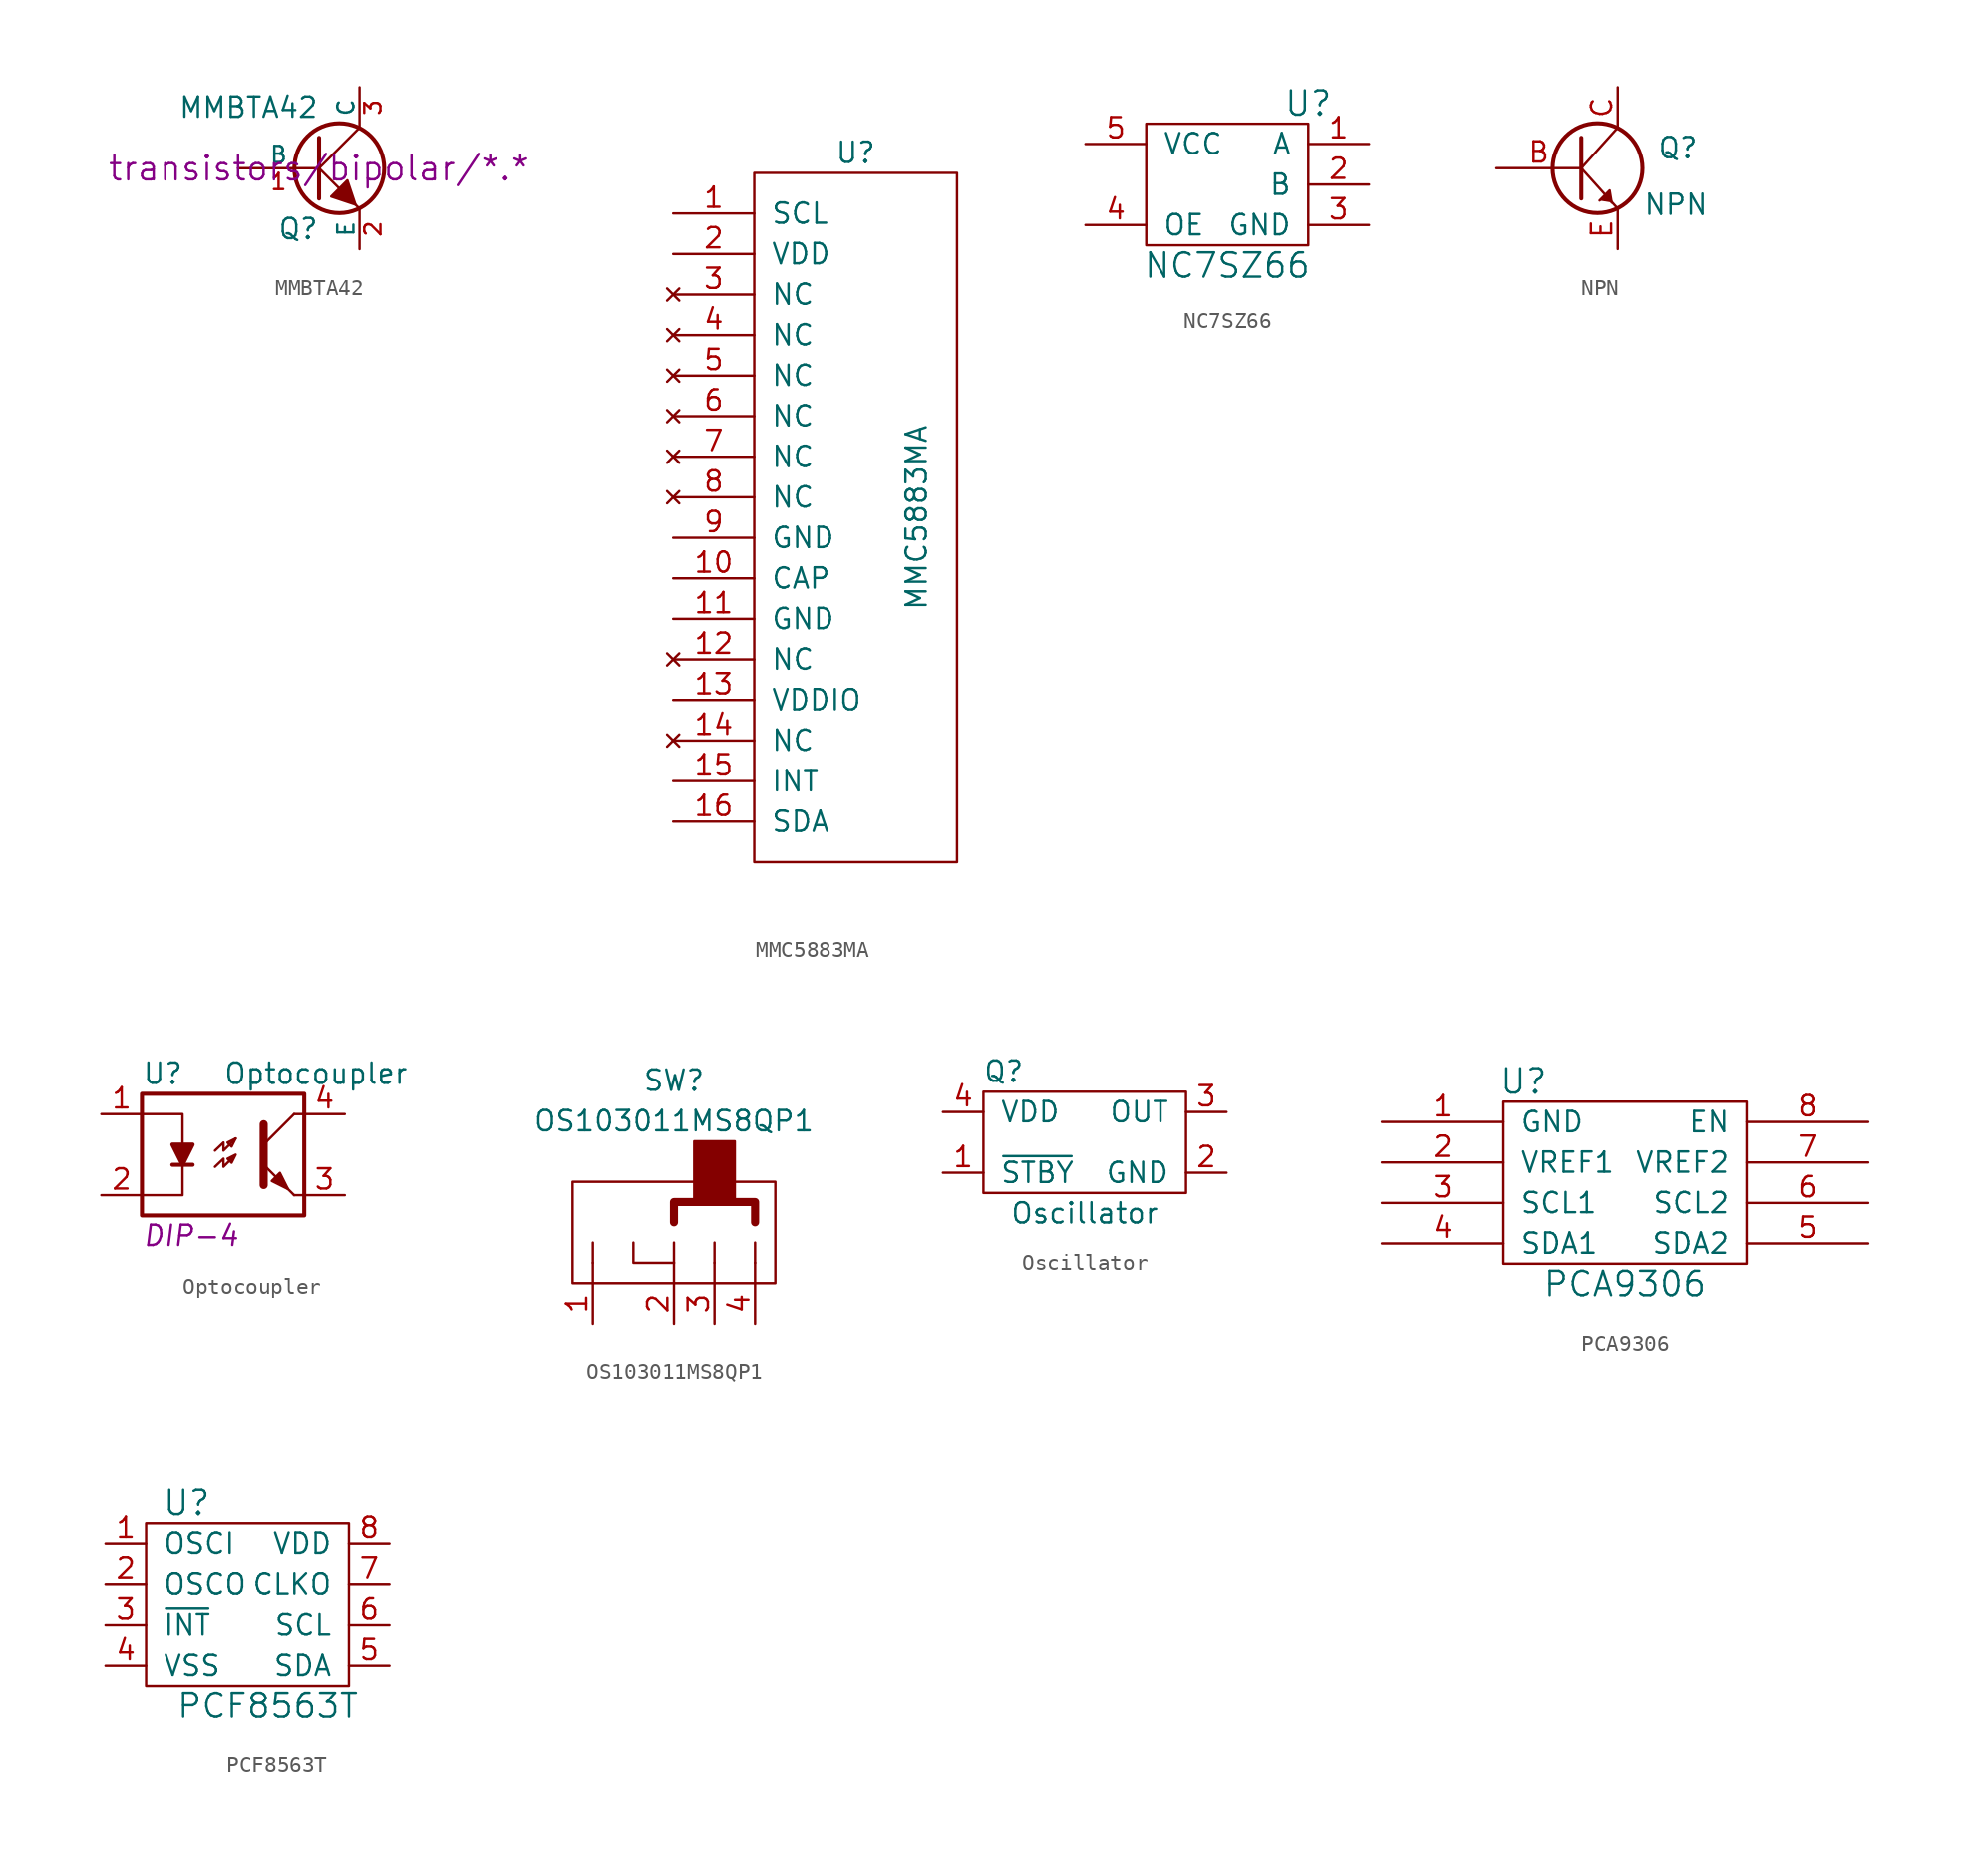
<source format=kicad_sym>
(kicad_symbol_lib
  (version 20211014)
  (generator kicad_symbol_editor)
  (symbol "MMBTA42"
    (pin_names
      (offset 0))
    (property "Reference" "Q"
      (at 0 -3.81 0)
      (effects (font (size 1.27 1.27)) (justify right)))
    (property "Value" "MMBTA42"
      (at 0 3.81 0)
      (effects (font (size 1.27 1.27)) (justify right)))
    (property "Footprint" ""
      (at 0 0 0)
      (effects (font (size 1.524 1.524))))
    (property "Datasheet" "transistors/bipolar/*.*"
      (at 0 0 0)
      (effects (font (size 1.524 1.524))))
    (symbol "MMBTA42_0_1"
      (polyline (pts (xy 0 0) (xy 2.54 2.54)) (stroke (width 0) (type default) (color 0 0 0 0)) (fill (type none)))
      (polyline (pts (xy 0 1.905) (xy 0 -1.905) (xy 0 -1.905)) (stroke (width 0.254) (type default) (color 0 0 0 0)) (fill (type none)))
      (polyline (pts (xy 1.27 -1.27) (xy 0 0) (xy 0 0)) (stroke (width 0) (type default) (color 0 0 0 0)) (fill (type none)))
      (polyline (pts (xy 2.286 -2.286) (xy 2.54 -2.54) (xy 2.54 -2.54)) (stroke (width 0) (type default) (color 0 0 0 0)) (fill (type none)))
      (polyline (pts (xy 2.286 -2.286) (xy 1.778 -0.762) (xy 0.762 -1.778) (xy 2.286 -2.286) (xy 2.286 -2.286)) (stroke (width 0) (type default) (color 0 0 0 0)) (fill (type outline)))
      (circle (center 1.27 0) (radius 2.819) (stroke (width 0.254) (type default) (color 0 0 0 0)) (fill (type none))))
    (symbol "MMBTA42_1_1"
      (pin input line (at -5.08 0 0) (length 5.08) (name "B" (effects (font (size 1.016 1.016)))) (number "1" (effects (font (size 1.016 1.016)))))
      (pin passive line (at 2.54 -5.08 90) (length 2.54) (name "E" (effects (font (size 1.016 1.016)))) (number "2" (effects (font (size 1.016 1.016)))))
      (pin passive line (at 2.54 5.08 270) (length 2.54) (name "C" (effects (font (size 1.016 1.016)))) (number "3" (effects (font (size 1.016 1.016)))))))
  (symbol "MMC5883MA"
    (pin_names
      (offset 1.016))
    (property "Reference" "U"
      (at 1.27 22.86 0)
      (effects (font (size 1.27 1.27))))
    (property "Value" "MMC5883MA"
      (at 5.08 0 90)
      (effects (font (size 1.27 1.27))))
    (symbol "MMC5883MA_0_1"
      (rectangle (start -5.08 21.59) (end 7.62 -21.59) (stroke (width 0) (type default) (color 0 0 0 0)) (fill (type none))))
    (symbol "MMC5883MA_1_1"
      (pin input line (at -10.16 19.05 0) (length 5.08) (name "SCL" (effects (font (size 1.27 1.27)))) (number "1" (effects (font (size 1.27 1.27)))))
      (pin input line (at -10.16 -3.81 0) (length 5.08) (name "CAP" (effects (font (size 1.27 1.27)))) (number "10" (effects (font (size 1.27 1.27)))))
      (pin input line (at -10.16 -6.35 0) (length 5.08) (name "GND" (effects (font (size 1.27 1.27)))) (number "11" (effects (font (size 1.27 1.27)))))
      (pin no_connect line (at -10.16 -8.89 0) (length 5.08) (name "NC" (effects (font (size 1.27 1.27)))) (number "12" (effects (font (size 1.27 1.27)))))
      (pin input line (at -10.16 -11.43 0) (length 5.08) (name "VDDIO" (effects (font (size 1.27 1.27)))) (number "13" (effects (font (size 1.27 1.27)))))
      (pin no_connect line (at -10.16 -13.97 0) (length 5.08) (name "NC" (effects (font (size 1.27 1.27)))) (number "14" (effects (font (size 1.27 1.27)))))
      (pin input line (at -10.16 -16.51 0) (length 5.08) (name "INT" (effects (font (size 1.27 1.27)))) (number "15" (effects (font (size 1.27 1.27)))))
      (pin input line (at -10.16 -19.05 0) (length 5.08) (name "SDA" (effects (font (size 1.27 1.27)))) (number "16" (effects (font (size 1.27 1.27)))))
      (pin input line (at -10.16 16.51 0) (length 5.08) (name "VDD" (effects (font (size 1.27 1.27)))) (number "2" (effects (font (size 1.27 1.27)))))
      (pin no_connect line (at -10.16 13.97 0) (length 5.08) (name "NC" (effects (font (size 1.27 1.27)))) (number "3" (effects (font (size 1.27 1.27)))))
      (pin no_connect line (at -10.16 11.43 0) (length 5.08) (name "NC" (effects (font (size 1.27 1.27)))) (number "4" (effects (font (size 1.27 1.27)))))
      (pin no_connect line (at -10.16 8.89 0) (length 5.08) (name "NC" (effects (font (size 1.27 1.27)))) (number "5" (effects (font (size 1.27 1.27)))))
      (pin no_connect line (at -10.16 6.35 0) (length 5.08) (name "NC" (effects (font (size 1.27 1.27)))) (number "6" (effects (font (size 1.27 1.27)))))
      (pin no_connect line (at -10.16 3.81 0) (length 5.08) (name "NC" (effects (font (size 1.27 1.27)))) (number "7" (effects (font (size 1.27 1.27)))))
      (pin no_connect line (at -10.16 1.27 0) (length 5.08) (name "NC" (effects (font (size 1.27 1.27)))) (number "8" (effects (font (size 1.27 1.27)))))
      (pin input line (at -10.16 -1.27 0) (length 5.08) (name "GND" (effects (font (size 1.27 1.27)))) (number "9" (effects (font (size 1.27 1.27)))))))
  (symbol "NC7SZ66"
    (pin_names
      (offset 1.016))
    (property "Reference" "U"
      (at 5.08 5.08 0)
      (effects (font (size 1.524 1.524))))
    (property "Value" "NC7SZ66"
      (at 0 -5.08 0)
      (effects (font (size 1.524 1.524))))
    (property "Footprint" ""
      (at 0 0 0)
      (effects (font (size 1.524 1.524))))
    (property "Datasheet" ""
      (at 0 0 0)
      (effects (font (size 1.524 1.524))))
    (symbol "NC7SZ66_0_1"
      (rectangle (start -5.08 3.81) (end 5.08 -3.81) (stroke (width 0) (type default) (color 0 0 0 0)) (fill (type none))))
    (symbol "NC7SZ66_1_1"
      (pin passive line (at 8.89 2.54 180) (length 3.81) (name "A" (effects (font (size 1.27 1.27)))) (number "1" (effects (font (size 1.27 1.27)))))
      (pin passive line (at 8.89 0 180) (length 3.81) (name "B" (effects (font (size 1.27 1.27)))) (number "2" (effects (font (size 1.27 1.27)))))
      (pin passive line (at 8.89 -2.54 180) (length 3.81) (name "GND" (effects (font (size 1.27 1.27)))) (number "3" (effects (font (size 1.27 1.27)))))
      (pin passive line (at -8.89 -2.54 0) (length 3.81) (name "OE" (effects (font (size 1.27 1.27)))) (number "4" (effects (font (size 1.27 1.27)))))
      (pin passive line (at -8.89 2.54 0) (length 3.81) (name "VCC" (effects (font (size 1.27 1.27)))) (number "5" (effects (font (size 1.27 1.27)))))))
  (symbol "NPN"
    (pin_names
      (offset 0) hide)
    (property "Reference" "Q"
      (at 7.62 1.27 0)
      (effects (font (size 1.27 1.27)) (justify right)))
    (property "Value" "NPN"
      (at 8.255 -2.286 0)
      (effects (font (size 1.27 1.27)) (justify right)))
    (property "Footprint" ""
      (at 5.08 2.54 0)
      (effects (font (size 1.27 1.27))))
    (property "Datasheet" ""
      (at 0 0 0)
      (effects (font (size 1.27 1.27))))
    (symbol "NPN_0_1"
      (polyline (pts (xy 0.254 0) (xy 2.54 -2.54)) (stroke (width 0) (type default) (color 0 0 0 0)) (fill (type none)))
      (polyline (pts (xy 0.254 0) (xy 2.54 2.54)) (stroke (width 0) (type default) (color 0 0 0 0)) (fill (type none)))
      (polyline (pts (xy 0.254 1.905) (xy 0.254 -1.905) (xy 0.254 -1.905)) (stroke (width 0.254) (type default) (color 0 0 0 0)) (fill (type none)))
      (polyline (pts (xy 1.397 -2.032) (xy 2.032 -1.397) (xy 2.159 -2.159)) (stroke (width 0) (type default) (color 0 0 0 0)) (fill (type outline)))
      (circle (center 1.27 0) (radius 2.819) (stroke (width 0.254) (type default) (color 0 0 0 0)) (fill (type none))))
    (symbol "NPN_1_1"
      (pin input line (at -5.08 0 0) (length 5.334) (name "B" (effects (font (size 1.27 1.27)))) (number "B" (effects (font (size 1.27 1.27)))))
      (pin passive line (at 2.54 5.08 270) (length 2.54) (name "C" (effects (font (size 1.27 1.27)))) (number "C" (effects (font (size 1.27 1.27)))))
      (pin passive line (at 2.54 -5.08 90) (length 2.54) (name "E" (effects (font (size 1.27 1.27)))) (number "E" (effects (font (size 1.27 1.27)))))))
  (symbol "Optocoupler"
    (pin_names
      (offset 1.016))
    (property "Reference" "U"
      (at -5.08 5.08 0)
      (effects (font (size 1.27 1.27)) (justify left)))
    (property "Value" "Optocoupler"
      (at 0 5.08 0)
      (effects (font (size 1.27 1.27)) (justify left)))
    (property "Footprint" "DIP-4"
      (at -5.08 -5.08 0)
      (effects (font (size 1.27 1.27) italic) (justify left)))
    (property "Datasheet" ""
      (at 0 0 0)
      (effects (font (size 1.27 1.27)) (justify left)))
    (symbol "Optocoupler_0_1"
      (rectangle (start -5.08 3.81) (end 5.08 -3.81) (stroke (width 0.254) (type default) (color 0 0 0 0)) (fill (type none)))
      (polyline (pts (xy -3.175 -0.635) (xy -1.905 -0.635)) (stroke (width 0.254) (type default) (color 0 0 0 0)) (fill (type none)))
      (polyline (pts (xy 2.54 0.635) (xy 4.445 2.54)) (stroke (width 0) (type default) (color 0 0 0 0)) (fill (type none)))
      (polyline (pts (xy 4.445 -2.54) (xy 2.54 -0.635)) (stroke (width 0) (type default) (color 0 0 0 0)) (fill (type outline)))
      (polyline (pts (xy 4.445 -2.54) (xy 5.08 -2.54)) (stroke (width 0) (type default) (color 0 0 0 0)) (fill (type none)))
      (polyline (pts (xy 4.445 2.54) (xy 5.08 2.54)) (stroke (width 0) (type default) (color 0 0 0 0)) (fill (type none)))
      (polyline (pts (xy -5.08 2.54) (xy -2.54 2.54) (xy -2.54 0.635)) (stroke (width 0) (type default) (color 0 0 0 0)) (fill (type none)))
      (polyline (pts (xy -2.54 -0.635) (xy -2.54 -2.54) (xy -5.08 -2.54)) (stroke (width 0) (type default) (color 0 0 0 0)) (fill (type none)))
      (polyline (pts (xy 2.54 1.905) (xy 2.54 -1.905) (xy 2.54 -1.905)) (stroke (width 0.508) (type default) (color 0 0 0 0)) (fill (type none)))
      (polyline (pts (xy -2.54 -0.635) (xy -3.175 0.635) (xy -1.905 0.635) (xy -2.54 -0.635)) (stroke (width 0.254) (type default) (color 0 0 0 0)) (fill (type outline)))
      (polyline (pts (xy -0.508 0.254) (xy 0.025 0.762) (xy 0.025 0.254) (xy 0.787 1.016)) (stroke (width 0) (type default) (color 0 0 0 0)) (fill (type none)))
      (polyline (pts (xy 0.787 1.016) (xy 0.279 0.762) (xy 0.533 0.508) (xy 0.787 1.016)) (stroke (width 0) (type default) (color 0 0 0 0)) (fill (type none)))
      (polyline (pts (xy 3.048 -1.651) (xy 3.556 -1.143) (xy 4.064 -2.159) (xy 3.048 -1.651) (xy 3.048 -1.651)) (stroke (width 0) (type default) (color 0 0 0 0)) (fill (type outline)))
      (polyline (pts (xy -0.508 -0.762) (xy 0.025 -0.254) (xy 0.025 -0.762) (xy 0.787 0) (xy 0.279 -0.254) (xy 0.533 -0.508) (xy 0.787 0)) (stroke (width 0) (type default) (color 0 0 0 0)) (fill (type none))))
    (symbol "Optocoupler_1_1"
      (pin passive line (at -7.62 2.54 0) (length 2.54) (name "~" (effects (font (size 1.27 1.27)))) (number "1" (effects (font (size 1.27 1.27)))))
      (pin passive line (at -7.62 -2.54 0) (length 2.54) (name "~" (effects (font (size 1.27 1.27)))) (number "2" (effects (font (size 1.27 1.27)))))
      (pin passive line (at 7.62 -2.54 180) (length 2.54) (name "~" (effects (font (size 1.27 1.27)))) (number "3" (effects (font (size 1.27 1.27)))))
      (pin passive line (at 7.62 2.54 180) (length 2.54) (name "~" (effects (font (size 1.27 1.27)))) (number "4" (effects (font (size 1.27 1.27)))))))
  (symbol "OS103011MS8QP1"
    (pin_names
      (offset 1.016))
    (property "Reference" "SW"
      (at 0 8.89 0)
      (effects (font (size 1.27 1.27))))
    (property "Value" "OS103011MS8QP1"
      (at 0 6.35 0)
      (effects (font (size 1.27 1.27))))
    (symbol "OS103011MS8QP1_0_1"
      (rectangle (start -6.35 2.54) (end 6.35 -3.81) (stroke (width 0) (type default) (color 0 0 0 0)) (fill (type none)))
      (polyline (pts (xy -5.08 -3.81) (xy -5.08 -2.54)) (stroke (width 0) (type default) (color 0 0 0 0)) (fill (type none)))
      (polyline (pts (xy -5.08 -2.54) (xy -5.08 -1.27)) (stroke (width 0) (type default) (color 0 0 0 0)) (fill (type none)))
      (polyline (pts (xy 0 -3.81) (xy 0 -2.54)) (stroke (width 0) (type default) (color 0 0 0 0)) (fill (type none)))
      (polyline (pts (xy 0 -2.54) (xy 0 -1.27)) (stroke (width 0) (type default) (color 0 0 0 0)) (fill (type none)))
      (polyline (pts (xy 2.54 -3.81) (xy 2.54 -2.54)) (stroke (width 0) (type default) (color 0 0 0 0)) (fill (type none)))
      (polyline (pts (xy 2.54 -2.54) (xy 2.54 -1.27)) (stroke (width 0) (type default) (color 0 0 0 0)) (fill (type none)))
      (polyline (pts (xy 5.08 -3.81) (xy 5.08 -2.54)) (stroke (width 0) (type default) (color 0 0 0 0)) (fill (type none)))
      (polyline (pts (xy 5.08 -2.54) (xy 5.08 -1.27)) (stroke (width 0) (type default) (color 0 0 0 0)) (fill (type none)))
      (polyline (pts (xy -2.54 -1.27) (xy -2.54 -2.54) (xy 0 -2.54)) (stroke (width 0) (type default) (color 0 0 0 0)) (fill (type none)))
      (polyline (pts (xy 0 0) (xy 0 1.27) (xy 5.08 1.27) (xy 5.08 0)) (stroke (width 0.508) (type default) (color 0 0 0 0)) (fill (type none)))
      (rectangle (start 1.27 5.08) (end 3.81 1.27) (stroke (width 0) (type default) (color 0 0 0 0)) (fill (type outline))))
    (symbol "OS103011MS8QP1_1_1"
      (pin passive line (at -5.08 -6.35 90) (length 2.54) (name "~" (effects (font (size 1.27 1.27)))) (number "1" (effects (font (size 1.27 1.27)))))
      (pin passive line (at 0 -6.35 90) (length 2.54) (name "~" (effects (font (size 1.27 1.27)))) (number "2" (effects (font (size 1.27 1.27)))))
      (pin passive line (at 2.54 -6.35 90) (length 2.54) (name "~" (effects (font (size 1.27 1.27)))) (number "3" (effects (font (size 1.27 1.27)))))
      (pin passive line (at 5.08 -6.35 90) (length 2.54) (name "~" (effects (font (size 1.27 1.27)))) (number "4" (effects (font (size 1.27 1.27)))))))
  (symbol "Oscillator"
    (pin_names
      (offset 1.016))
    (property "Reference" "Q"
      (at -5.08 5.08 0)
      (effects (font (size 1.27 1.27))))
    (property "Value" "Oscillator"
      (at 0 -3.81 0)
      (effects (font (size 1.27 1.27))))
    (property "Footprint" ""
      (at 0 0 0)
      (effects (font (size 0.508 0.508))))
    (property "Datasheet" ""
      (at 0 0 0)
      (effects (font (size 0.508 0.508))))
    (symbol "Oscillator_0_1"
      (rectangle (start -6.35 3.81) (end 6.35 -2.54) (stroke (width 0) (type default) (color 0 0 0 0)) (fill (type none))))
    (symbol "Oscillator_1_1"
      (pin passive line (at -8.89 -1.27 0) (length 2.54) (name "~{STBY}" (effects (font (size 1.27 1.27)))) (number "1" (effects (font (size 1.27 1.27)))))
      (pin passive line (at 8.89 -1.27 180) (length 2.54) (name "GND" (effects (font (size 1.27 1.27)))) (number "2" (effects (font (size 1.27 1.27)))))
      (pin passive line (at 8.89 2.54 180) (length 2.54) (name "OUT" (effects (font (size 1.27 1.27)))) (number "3" (effects (font (size 1.27 1.27)))))
      (pin passive line (at -8.89 2.54 0) (length 2.54) (name "VDD" (effects (font (size 1.27 1.27)))) (number "4" (effects (font (size 1.27 1.27)))))))
  (symbol "PCA9306"
    (pin_names
      (offset 1.016))
    (property "Reference" "U"
      (at -6.35 6.35 0)
      (effects (font (size 1.524 1.524))))
    (property "Value" "PCA9306"
      (at 0 -6.35 0)
      (effects (font (size 1.524 1.524))))
    (property "Footprint" ""
      (at 0 0 0)
      (effects (font (size 1.524 1.524))))
    (property "Datasheet" ""
      (at 0 0 0)
      (effects (font (size 1.524 1.524))))
    (symbol "PCA9306_0_1"
      (rectangle (start -7.62 5.08) (end 7.62 -5.08) (stroke (width 0) (type default) (color 0 0 0 0)) (fill (type none))))
    (symbol "PCA9306_1_1"
      (pin passive line (at -15.24 3.81 0) (length 7.62) (name "GND" (effects (font (size 1.27 1.27)))) (number "1" (effects (font (size 1.27 1.27)))))
      (pin passive line (at -15.24 1.27 0) (length 7.62) (name "VREF1" (effects (font (size 1.27 1.27)))) (number "2" (effects (font (size 1.27 1.27)))))
      (pin passive line (at -15.24 -1.27 0) (length 7.62) (name "SCL1" (effects (font (size 1.27 1.27)))) (number "3" (effects (font (size 1.27 1.27)))))
      (pin passive line (at -15.24 -3.81 0) (length 7.62) (name "SDA1" (effects (font (size 1.27 1.27)))) (number "4" (effects (font (size 1.27 1.27)))))
      (pin passive line (at 15.24 -3.81 180) (length 7.62) (name "SDA2" (effects (font (size 1.27 1.27)))) (number "5" (effects (font (size 1.27 1.27)))))
      (pin passive line (at 15.24 -1.27 180) (length 7.62) (name "SCL2" (effects (font (size 1.27 1.27)))) (number "6" (effects (font (size 1.27 1.27)))))
      (pin passive line (at 15.24 1.27 180) (length 7.62) (name "VREF2" (effects (font (size 1.27 1.27)))) (number "7" (effects (font (size 1.27 1.27)))))
      (pin passive line (at 15.24 3.81 180) (length 7.62) (name "EN" (effects (font (size 1.27 1.27)))) (number "8" (effects (font (size 1.27 1.27)))))))
  (symbol "PCF8563T"
    (pin_names
      (offset 1.016))
    (property "Reference" "U"
      (at -3.81 6.35 0)
      (effects (font (size 1.524 1.524))))
    (property "Value" "PCF8563T"
      (at 1.27 -6.35 0)
      (effects (font (size 1.524 1.524))))
    (property "Footprint" ""
      (at 12.7 -5.08 0)
      (effects (font (size 1.524 1.524))))
    (property "Datasheet" ""
      (at 12.7 -5.08 0)
      (effects (font (size 1.524 1.524))))
    (symbol "PCF8563T_0_1"
      (rectangle (start -6.35 5.08) (end 6.35 -5.08) (stroke (width 0) (type default) (color 0 0 0 0)) (fill (type none))))
    (symbol "PCF8563T_1_1"
      (pin passive line (at -8.89 3.81 0) (length 2.54) (name "OSCI" (effects (font (size 1.27 1.27)))) (number "1" (effects (font (size 1.27 1.27)))))
      (pin passive line (at -8.89 1.27 0) (length 2.54) (name "OSCO" (effects (font (size 1.27 1.27)))) (number "2" (effects (font (size 1.27 1.27)))))
      (pin passive line (at -8.89 -1.27 0) (length 2.54) (name "~{INT}" (effects (font (size 1.27 1.27)))) (number "3" (effects (font (size 1.27 1.27)))))
      (pin passive line (at -8.89 -3.81 0) (length 2.54) (name "VSS" (effects (font (size 1.27 1.27)))) (number "4" (effects (font (size 1.27 1.27)))))
      (pin passive line (at 8.89 -3.81 180) (length 2.54) (name "SDA" (effects (font (size 1.27 1.27)))) (number "5" (effects (font (size 1.27 1.27)))))
      (pin passive line (at 8.89 -1.27 180) (length 2.54) (name "SCL" (effects (font (size 1.27 1.27)))) (number "6" (effects (font (size 1.27 1.27)))))
      (pin passive line (at 8.89 1.27 180) (length 2.54) (name "CLKO" (effects (font (size 1.27 1.27)))) (number "7" (effects (font (size 1.27 1.27)))))
      (pin passive line (at 8.89 3.81 180) (length 2.54) (name "VDD" (effects (font (size 1.27 1.27)))) (number "8" (effects (font (size 1.27 1.27))))))))
</source>
